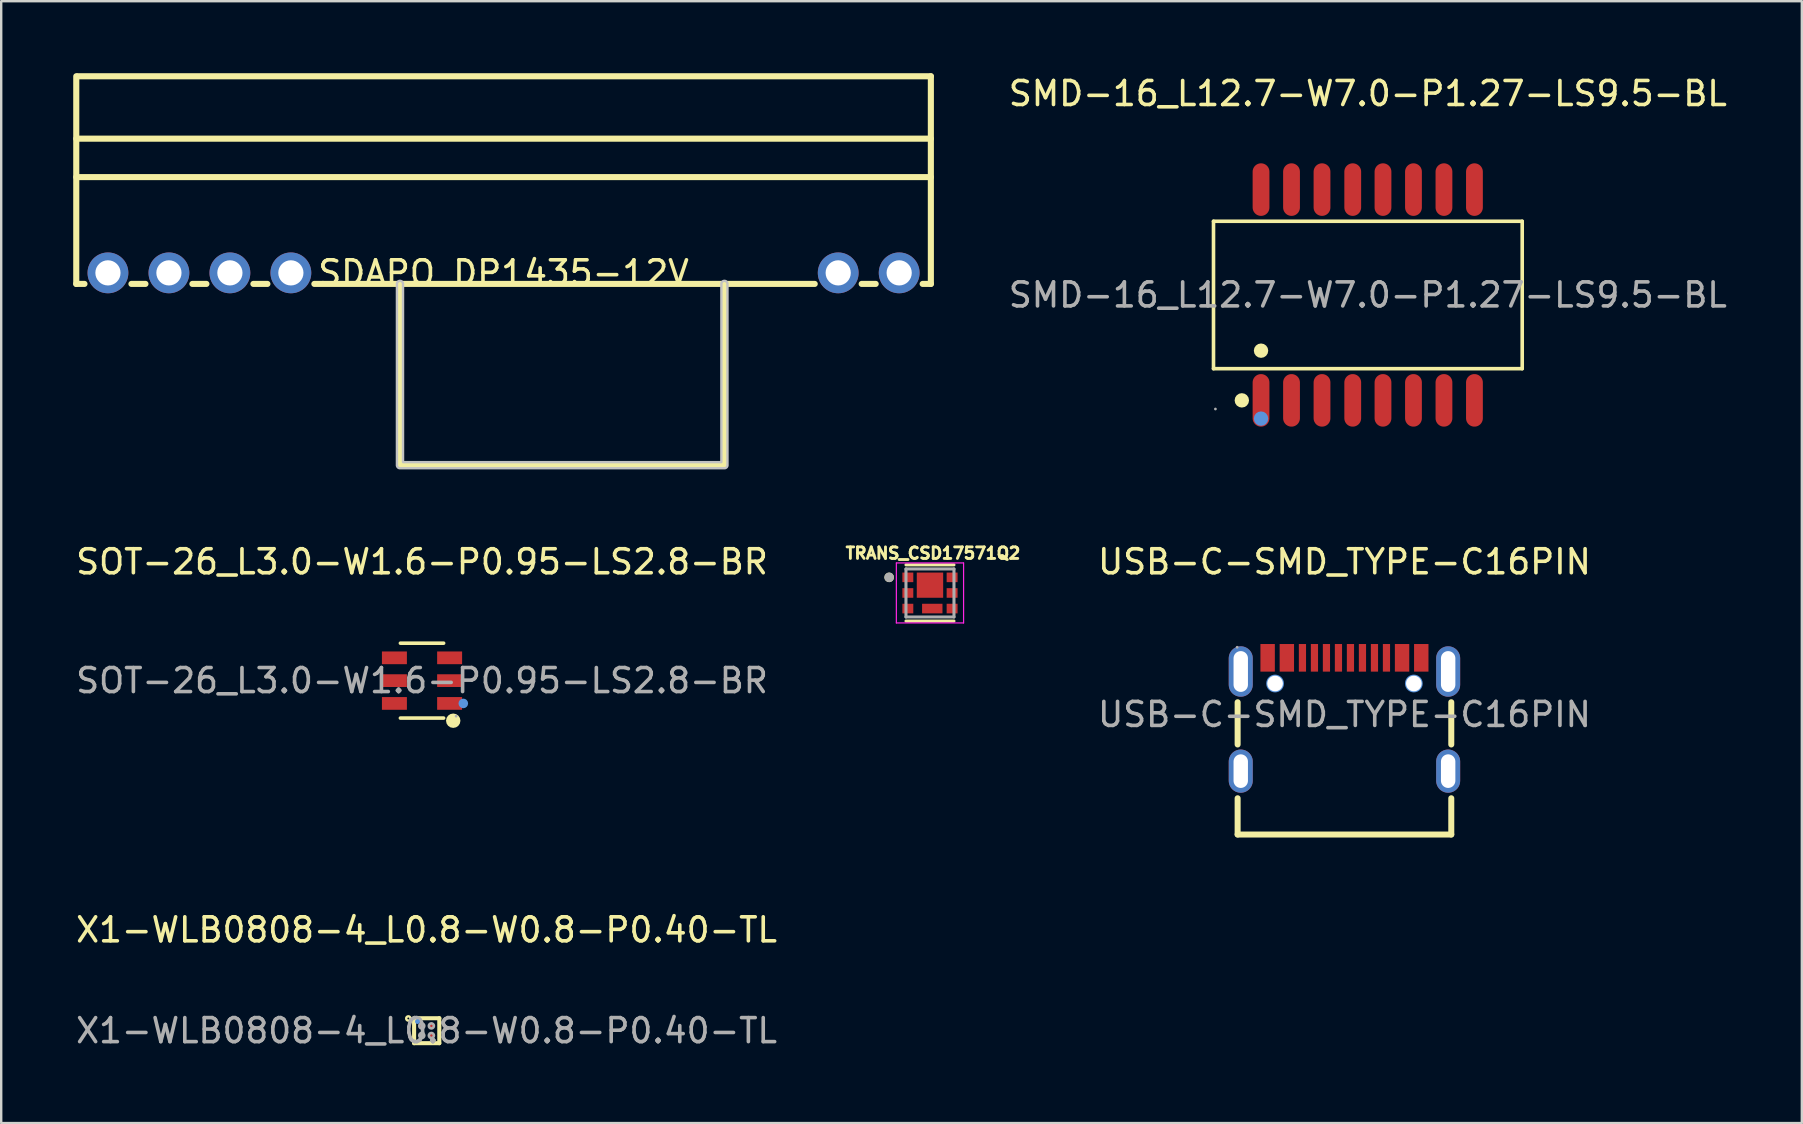
<source format=kicad_pcb>
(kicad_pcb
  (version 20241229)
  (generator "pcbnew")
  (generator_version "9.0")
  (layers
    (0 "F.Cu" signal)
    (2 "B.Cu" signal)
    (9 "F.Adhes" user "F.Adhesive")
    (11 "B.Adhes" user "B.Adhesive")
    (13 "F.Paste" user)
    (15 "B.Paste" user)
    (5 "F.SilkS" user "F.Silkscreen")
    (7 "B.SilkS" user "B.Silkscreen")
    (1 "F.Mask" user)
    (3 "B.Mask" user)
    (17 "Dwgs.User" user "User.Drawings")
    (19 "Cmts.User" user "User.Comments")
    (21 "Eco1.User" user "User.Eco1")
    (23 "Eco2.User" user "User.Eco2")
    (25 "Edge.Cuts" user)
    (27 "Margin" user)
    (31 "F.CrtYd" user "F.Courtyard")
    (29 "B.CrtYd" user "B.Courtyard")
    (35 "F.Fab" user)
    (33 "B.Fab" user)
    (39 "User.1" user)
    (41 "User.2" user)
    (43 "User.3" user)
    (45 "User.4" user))
  (footprint "SDAPO DP1435-12V"
    (layer "F.Cu")
    (at 17.927 8.317)
    (property "Reference" "SDAPO DP1435-12V" (at 0 0 0) (unlocked yes) (layer "F.SilkS") (effects (font (size 1 1) (thickness 0.15))))
    (fp_line (start -17.8 -8.19) (end -17.8 0.46) (stroke (width 0.254) (type default)) (layer "F.SilkS"))
    (fp_line (start -17.8 -5.59) (end 17.8 -5.59) (stroke (width 0.254) (type default)) (layer "F.SilkS"))
    (fp_line (start -17.8 -3.99) (end 17.8 -3.99) (stroke (width 0.254) (type default)) (layer "F.SilkS"))
    (fp_line (start -17.8 0.46) (end -17.458 0.46) (stroke (width 0.254) (type default)) (layer "F.SilkS"))
    (fp_line (start -15.502 0.46) (end -14.918 0.46) (stroke (width 0.254) (type default)) (layer "F.SilkS"))
    (fp_line (start -12.962 0.46) (end -12.378 0.46) (stroke (width 0.254) (type default)) (layer "F.SilkS"))
    (fp_line (start -10.422 0.46) (end -9.838 0.46) (stroke (width 0.254) (type default)) (layer "F.SilkS"))
    (fp_line (start -7.882 0.46) (end 12.962 0.46) (stroke (width 0.254) (type default)) (layer "F.SilkS"))
    (fp_line (start -4.314 0.46) (end -4.314 8.011) (stroke (width 0.254) (type default)) (layer "F.SilkS"))
    (fp_line (start -4.314 8.011) (end 9.201 8.011) (stroke (width 0.254) (type default)) (layer "F.SilkS"))
    (fp_line (start 9.201 4.037) (end 9.201 0.46) (stroke (width 0.254) (type default)) (layer "F.SilkS"))
    (fp_line (start 9.201 8.011) (end 9.201 4.037) (stroke (width 0.254) (type default)) (layer "F.SilkS"))
    (fp_line (start 14.918 0.46) (end 15.502 0.46) (stroke (width 0.254) (type default)) (layer "F.SilkS"))
    (fp_line (start 17.458 0.46) (end 17.8 0.46) (stroke (width 0.254) (type default)) (layer "F.SilkS"))
    (fp_line (start 17.8 -8.19) (end -17.75 -8.19) (stroke (width 0.254) (type default)) (layer "F.SilkS"))
    (fp_line (start 17.8 0.46) (end 17.8 -8.19) (stroke (width 0.254) (type default)) (layer "F.SilkS"))
    (fp_poly (pts (arc (start -4.442 0.4595) (mid -4.315 0.3325) (end -4.188 0.4595)) (xy -4.188 7.884) (xy 9.073 7.884) (xy 9.073 4.036) (arc (start 9.0735 0.4595) (mid 9.2005 0.3325) (end 9.3275 0.4595)) (xy 9.328 4.036) (arc (start 9.3275 8.011) (mid 9.290303 8.100803) (end 9.2005 8.138)) (arc (start -4.315 8.138) (mid -4.404803 8.100803) (end -4.442 8.011))) (stroke (width 0.1) (type default)) (fill no) (layer "Dwgs.User"))
    (fp_poly (pts (xy -16.8 -0.32) (xy -16.16 -0.32) (xy -16.16 0.32) (xy -16.8 0.32)) (stroke (width 0.1) (type default)) (fill no) (layer "User.1"))
    (fp_poly (pts (xy -14.26 -0.32) (xy -13.62 -0.32) (xy -13.62 0.32) (xy -14.26 0.32)) (stroke (width 0.1) (type default)) (fill no) (layer "User.1"))
    (fp_poly (pts (xy -11.72 -0.32) (xy -11.08 -0.32) (xy -11.08 0.32) (xy -11.72 0.32)) (stroke (width 0.1) (type default)) (fill no) (layer "User.1"))
    (fp_poly (pts (xy -9.18 -0.32) (xy -8.54 -0.32) (xy -8.54 0.32) (xy -9.18 0.32)) (stroke (width 0.1) (type default)) (fill no) (layer "User.1"))
    (fp_poly (pts (xy 13.62 -0.32) (xy 14.26 -0.32) (xy 14.26 0.32) (xy 13.62 0.32)) (stroke (width 0.1) (type default)) (fill no) (layer "User.1"))
    (fp_poly (pts (xy 16.16 -0.32) (xy 16.8 -0.32) (xy 16.8 0.32) (xy 16.16 0.32)) (stroke (width 0.1) (type default)) (fill no) (layer "User.1"))
    (fp_line (start -17.8 -8.19) (end 17.8 -8.19) (stroke (width 0.051) (type default)) (layer "User.2"))
    (fp_line (start -17.8 0.46) (end -17.8 -8.19) (stroke (width 0.051) (type default)) (layer "User.2"))
    (fp_line (start -4.31 0.46) (end -17.8 0.46) (stroke (width 0.051) (type default)) (layer "User.2"))
    (fp_line (start -4.31 8.01) (end -4.31 0.46) (stroke (width 0.051) (type default)) (layer "User.2"))
    (fp_line (start 9.2 0.46) (end 9.2 8.01) (stroke (width 0.051) (type default)) (layer "User.2"))
    (fp_line (start 9.2 8.01) (end -4.31 8.01) (stroke (width 0.051) (type default)) (layer "User.2"))
    (fp_line (start 17.8 -8.19) (end 17.8 0.46) (stroke (width 0.051) (type default)) (layer "User.2"))
    (fp_line (start 17.8 0.46) (end 9.2 0.46) (stroke (width 0.051) (type default)) (layer "User.2"))
    (fp_poly (pts (xy -17.74 8.01) (xy -17.758 7.968) (xy -17.8 7.95) (xy -17.842 7.968) (xy -17.86 8.01) (xy -17.842 8.052) (xy -17.8 8.07) (xy -17.758 8.052)) (stroke (width 0.1) (type default)) (fill no) (layer "User.3"))
    (pad "1" thru_hole circle (at -16.48 0) (size 1.7 1.7) (drill 1.05) (layers "*.Cu" "*.Mask"))
    (pad "2" thru_hole circle (at -13.94 0) (size 1.7 1.7) (drill 1.05) (layers "*.Cu" "*.Mask"))
    (pad "3" thru_hole circle (at -11.4 0) (size 1.7 1.7) (drill 1.05) (layers "*.Cu" "*.Mask"))
    (pad "4" thru_hole circle (at -8.86 0) (size 1.7 1.7) (drill 1.05) (layers "*.Cu" "*.Mask"))
    (pad "5" thru_hole circle (at 13.94 0) (size 1.7 1.7) (drill 1.05) (layers "*.Cu" "*.Mask"))
    (pad "6" thru_hole circle (at 16.48 0) (size 1.7 1.7) (drill 1.05) (layers "*.Cu" "*.Mask")))
  (footprint "X1-WLB0808-4_L0.8-W0.8-P0.40-TL"
    (layer "F.Cu")
    (at 14.72 39.886)
    (property "Reference" "X1-WLB0808-4_L0.8-W0.8-P0.40-TL" (at 0 -4.2 0) (layer "F.SilkS") (effects (font (size 1 1) (thickness 0.15))))
    (attr smd)
    (fp_line (start -0.52 -0.52) (end -0.52 0.52) (stroke (width 0.17) (type solid)) (layer "F.SilkS"))
    (fp_line (start -0.52 0.52) (end 0.53 0.52) (stroke (width 0.17) (type solid)) (layer "F.SilkS"))
    (fp_line (start 0.53 -0.52) (end -0.52 -0.52) (stroke (width 0.17) (type solid)) (layer "F.SilkS"))
    (fp_line (start 0.53 0.52) (end 0.53 -0.52) (stroke (width 0.17) (type solid)) (layer "F.SilkS"))
    (fp_circle (center -0.76 -0.51) (end -0.72 -0.51) (stroke (width 0.1) (type solid)) (fill no) (layer "F.SilkS"))
    (fp_circle (center -0.38 -0.38) (end -0.33 -0.38) (stroke (width 0.1) (type solid)) (fill no) (layer "Cmts.User"))
    (fp_circle (center -0.4 -0.4) (end -0.37 -0.4) (stroke (width 0.06) (type solid)) (fill no) (layer "F.Fab"))
    (fp_circle (center -0.2 -0.2) (end -0.15 -0.2) (stroke (width 0.11) (type solid)) (fill no) (layer "F.Fab"))
    (fp_circle (center -0.2 0.2) (end -0.15 0.2) (stroke (width 0.11) (type solid)) (fill no) (layer "F.Fab"))
    (fp_circle (center 0.2 -0.2) (end 0.25 -0.2) (stroke (width 0.11) (type solid)) (fill no) (layer "F.Fab"))
    (fp_circle (center 0.2 0.2) (end 0.25 0.2) (stroke (width 0.11) (type solid)) (fill no) (layer "F.Fab"))
    (fp_text user "${REFERENCE}" (at 0 0 0) (layer "F.Fab") (effects (font (size 1 1) (thickness 0.15))))
    (pad "A1" smd circle (at -0.2 -0.2) (size 0.18 0.18) (layers "F.Cu" "F.Mask" "F.Paste"))
    (pad "A2" smd circle (at 0.2 -0.2) (size 0.18 0.18) (layers "F.Cu" "F.Mask" "F.Paste"))
    (pad "B1" smd circle (at -0.2 0.2) (size 0.18 0.18) (layers "F.Cu" "F.Mask" "F.Paste"))
    (pad "B2" smd circle (at 0.2 0.2) (size 0.18 0.18) (layers "F.Cu" "F.Mask" "F.Paste")))
  (footprint "SMD-16_L12.7-W7.0-P1.27-LS9.5-BL"
    (layer "F.Cu")
    (at 53.931 9.238)
    (property "Reference" "SMD-16_L12.7-W7.0-P1.27-LS9.5-BL" (at 0 -8.39 0) (layer "F.SilkS") (effects (font (size 1 1) (thickness 0.15))))
    (attr smd)
    (fp_line (start -6.43 -3.07) (end 6.43 -3.07) (stroke (width 0.15) (type solid)) (layer "F.SilkS"))
    (fp_line (start -6.43 3.07) (end -6.43 -3.07) (stroke (width 0.15) (type solid)) (layer "F.SilkS"))
    (fp_line (start 6.43 -3.07) (end 6.43 3.07) (stroke (width 0.15) (type solid)) (layer "F.SilkS"))
    (fp_line (start 6.43 3.07) (end -6.43 3.07) (stroke (width 0.15) (type solid)) (layer "F.SilkS"))
    (fp_circle (center -5.25 4.39) (end -5.1 4.39) (stroke (width 0.3) (type solid)) (fill no) (layer "F.SilkS"))
    (fp_circle (center -4.45 2.32) (end -4.3 2.32) (stroke (width 0.3) (type solid)) (fill no) (layer "F.SilkS"))
    (fp_circle (center -4.45 5.15) (end -4.3 5.15) (stroke (width 0.3) (type solid)) (fill no) (layer "Cmts.User"))
    (fp_circle (center -6.35 4.75) (end -6.32 4.75) (stroke (width 0.06) (type solid)) (fill no) (layer "F.Fab"))
    (fp_text user "${REFERENCE}" (at 0 0 0) (layer "F.Fab") (effects (font (size 1 1) (thickness 0.15))))
    (pad "1" smd oval (at -4.45 4.39) (size 0.7 2.19) (layers "F.Cu" "F.Mask" "F.Paste"))
    (pad "2" smd oval (at -3.18 4.39) (size 0.7 2.19) (layers "F.Cu" "F.Mask" "F.Paste"))
    (pad "3" smd oval (at -1.91 4.39) (size 0.7 2.19) (layers "F.Cu" "F.Mask" "F.Paste"))
    (pad "4" smd oval (at -0.63 4.39) (size 0.7 2.19) (layers "F.Cu" "F.Mask" "F.Paste"))
    (pad "5" smd oval (at 0.63 4.39) (size 0.7 2.19) (layers "F.Cu" "F.Mask" "F.Paste"))
    (pad "6" smd oval (at 1.9 4.39) (size 0.7 2.19) (layers "F.Cu" "F.Mask" "F.Paste"))
    (pad "7" smd oval (at 3.17 4.39) (size 0.7 2.19) (layers "F.Cu" "F.Mask" "F.Paste"))
    (pad "8" smd oval (at 4.44 4.39) (size 0.7 2.19) (layers "F.Cu" "F.Mask" "F.Paste"))
    (pad "9" smd oval (at 4.44 -4.39) (size 0.7 2.19) (layers "F.Cu" "F.Mask" "F.Paste"))
    (pad "10" smd oval (at 3.17 -4.39) (size 0.7 2.19) (layers "F.Cu" "F.Mask" "F.Paste"))
    (pad "11" smd oval (at 1.9 -4.39) (size 0.7 2.19) (layers "F.Cu" "F.Mask" "F.Paste"))
    (pad "12" smd oval (at 0.63 -4.39) (size 0.7 2.19) (layers "F.Cu" "F.Mask" "F.Paste"))
    (pad "13" smd oval (at -0.63 -4.39) (size 0.7 2.19) (layers "F.Cu" "F.Mask" "F.Paste"))
    (pad "14" smd oval (at -1.91 -4.39) (size 0.7 2.19) (layers "F.Cu" "F.Mask" "F.Paste"))
    (pad "15" smd oval (at -3.18 -4.39) (size 0.7 2.19) (layers "F.Cu" "F.Mask" "F.Paste"))
    (pad "16" smd oval (at -4.45 -4.39) (size 0.7 2.19) (layers "F.Cu" "F.Mask" "F.Paste")))
  (footprint "SOT-26_L3.0-W1.6-P0.95-LS2.8-BR"
    (layer "F.Cu")
    (at 14.53 25.303)
    (property "Reference" "SOT-26_L3.0-W1.6-P0.95-LS2.8-BR" (at 0 -4.95 0) (layer "F.SilkS") (effects (font (size 1 1) (thickness 0.15))))
    (attr smd)
    (fp_line (start 0.9 -1.56) (end -0.9 -1.56) (stroke (width 0.15) (type solid)) (layer "F.SilkS"))
    (fp_line (start 0.9 1.56) (end -0.9 1.56) (stroke (width 0.15) (type solid)) (layer "F.SilkS"))
    (fp_circle (center 1.3 1.67) (end 1.45 1.67) (stroke (width 0.3) (type solid)) (fill no) (layer "F.SilkS"))
    (fp_circle (center 1.72 0.95) (end 1.82 0.95) (stroke (width 0.2) (type solid)) (fill no) (layer "Cmts.User"))
    (fp_circle (center 1.42 1.48) (end 1.45 1.48) (stroke (width 0.06) (type solid)) (fill no) (layer "F.Fab"))
    (fp_text user "${REFERENCE}" (at 0 0 0) (layer "F.Fab") (effects (font (size 1 1) (thickness 0.15))))
    (pad "1" smd rect (at 1.15 0.95 90) (size 0.53 1.04) (layers "F.Cu" "F.Mask" "F.Paste"))
    (pad "2" smd rect (at 1.15 0 90) (size 0.53 1.04) (layers "F.Cu" "F.Mask" "F.Paste"))
    (pad "3" smd rect (at 1.15 -0.95 90) (size 0.53 1.04) (layers "F.Cu" "F.Mask" "F.Paste"))
    (pad "4" smd rect (at -1.15 -0.95 90) (size 0.53 1.04) (layers "F.Cu" "F.Mask" "F.Paste"))
    (pad "5" smd rect (at -1.15 0 90) (size 0.53 1.04) (layers "F.Cu" "F.Mask" "F.Paste"))
    (pad "6" smd rect (at -1.15 0.95 90) (size 0.53 1.04) (layers "F.Cu" "F.Mask" "F.Paste")))
  (footprint "USB-C-SMD_TYPE-C16PIN"
    (layer "F.Cu")
    (at 52.956 26.713)
    (property "Reference" "USB-C-SMD_TYPE-C16PIN" (at 0 -6.36 0) (layer "F.SilkS") (effects (font (size 1 1) (thickness 0.15))))
    (attr smd)
    (fp_line (start -4.45 -0.51) (end -4.45 1.25) (stroke (width 0.25) (type solid)) (layer "F.SilkS"))
    (fp_line (start -4.45 3.49) (end -4.45 5) (stroke (width 0.25) (type solid)) (layer "F.SilkS"))
    (fp_line (start -4.45 5) (end 4.45 5) (stroke (width 0.25) (type solid)) (layer "F.SilkS"))
    (fp_line (start 4.45 1.25) (end 4.45 -0.51) (stroke (width 0.25) (type solid)) (layer "F.SilkS"))
    (fp_line (start 4.45 5) (end 4.45 3.49) (stroke (width 0.25) (type solid)) (layer "F.SilkS"))
    (fp_circle (center -2.89 -1.29) (end -2.77 -1.29) (stroke (width 0.25) (type solid)) (fill no) (layer "Cmts.User"))
    (fp_circle (center 2.89 -1.29) (end 3.01 -1.29) (stroke (width 0.25) (type solid)) (fill no) (layer "Cmts.User"))
    (fp_circle (center -4.47 -2.8) (end -4.44 -2.8) (stroke (width 0.06) (type solid)) (fill no) (layer "F.Fab"))
    (fp_text user "${REFERENCE}" (at 0 0 0) (layer "F.Fab") (effects (font (size 1 1) (thickness 0.15))))
    (pad "" thru_hole circle (at -2.89 -1.29) (size 0.65 0.65) (drill 0.65) (layers "*.Cu" "*.Mask"))
    (pad "" thru_hole circle (at 2.89 -1.29) (size 0.65 0.65) (drill 0.65) (layers "*.Cu" "*.Mask"))
    (pad "1" thru_hole oval (at -4.32 -1.79) (size 1 2.1) (drill oval 0.6 1.7) (layers "*.Cu" "*.Mask"))
    (pad "2" thru_hole oval (at 4.32 -1.79) (size 1 2.1) (drill oval 0.6 1.7) (layers "*.Cu" "*.Mask"))
    (pad "3" thru_hole oval (at -4.32 2.36) (size 1 1.8) (drill oval 0.6 1.4) (layers "*.Cu" "*.Mask"))
    (pad "4" thru_hole oval (at 4.32 2.36) (size 1 1.8) (drill oval 0.6 1.4) (layers "*.Cu" "*.Mask"))
    (pad "A1B12" smd rect (at -3.2 -2.36) (size 0.6 1.15) (layers "F.Cu" "F.Mask" "F.Paste"))
    (pad "A4B9" smd rect (at -2.4 -2.36) (size 0.6 1.15) (layers "F.Cu" "F.Mask" "F.Paste"))
    (pad "A5" smd rect (at -1.25 -2.36) (size 0.3 1.15) (layers "F.Cu" "F.Mask" "F.Paste"))
    (pad "A6" smd rect (at -0.25 -2.36) (size 0.3 1.15) (layers "F.Cu" "F.Mask" "F.Paste"))
    (pad "A7" smd rect (at 0.25 -2.36) (size 0.3 1.15) (layers "F.Cu" "F.Mask" "F.Paste"))
    (pad "A8" smd rect (at -1.75 -2.36) (size 0.3 1.15) (layers "F.Cu" "F.Mask" "F.Paste"))
    (pad "B1A12" smd rect (at 3.2 -2.36) (size 0.6 1.15) (layers "F.Cu" "F.Mask" "F.Paste"))
    (pad "B4A9" smd rect (at 2.4 -2.36) (size 0.6 1.15) (layers "F.Cu" "F.Mask" "F.Paste"))
    (pad "B5" smd rect (at 1.75 -2.36) (size 0.3 1.15) (layers "F.Cu" "F.Mask" "F.Paste"))
    (pad "B6" smd rect (at 0.75 -2.36) (size 0.3 1.15) (layers "F.Cu" "F.Mask" "F.Paste"))
    (pad "B7" smd rect (at -0.75 -2.36) (size 0.3 1.15) (layers "F.Cu" "F.Mask" "F.Paste"))
    (pad "B8" smd rect (at 1.25 -2.36) (size 0.3 1.15) (layers "F.Cu" "F.Mask" "F.Paste")))
  (footprint "TRANS_CSD17571Q2"
    (layer "F.Cu")
    (at 35.69 21.651)
    (property "Reference" "TRANS_CSD17571Q2" (at 0.124 -1.655 0) (layer "F.SilkS") (effects (font (size 0.48 0.48) (thickness 0.15))))
    (attr smd)
    (fp_poly (pts (xy -1.2 -0.9) (xy -0.645 -0.9) (xy -0.645 -0.4) (xy -1.2 -0.4)) (stroke (width 0.01) (type solid)) (fill yes) (layer "F.Mask"))
    (fp_poly (pts (xy -1.2 -0.25) (xy -0.645 -0.25) (xy -0.645 0.25) (xy -1.2 0.25)) (stroke (width 0.01) (type solid)) (fill yes) (layer "F.Mask"))
    (fp_poly (pts (xy -1.2 0.4) (xy -0.645 0.4) (xy -0.645 0.9) (xy -1.2 0.9)) (stroke (width 0.01) (type solid)) (fill yes) (layer "F.Mask"))
    (fp_poly (pts (xy -0.6 -0.9) (xy 0.6 -0.9) (xy 0.6 0.25) (xy -0.6 0.25)) (stroke (width 0.01) (type solid)) (fill yes) (layer "F.Mask"))
    (fp_poly (pts (xy -0.379 0.4) (xy 0.571 0.4) (xy 0.571 0.9) (xy -0.379 0.9)) (stroke (width 0.01) (type solid)) (fill yes) (layer "F.Mask"))
    (fp_poly (pts (xy 0.645 -0.9) (xy 1.2 -0.9) (xy 1.2 -0.4) (xy 0.645 -0.4)) (stroke (width 0.01) (type solid)) (fill yes) (layer "F.Mask"))
    (fp_poly (pts (xy 0.645 -0.25) (xy 1.2 -0.25) (xy 1.2 0.25) (xy 0.645 0.25)) (stroke (width 0.01) (type solid)) (fill yes) (layer "F.Mask"))
    (fp_poly (pts (xy 0.645 0.4) (xy 1.2 0.4) (xy 1.2 0.9) (xy 0.645 0.9)) (stroke (width 0.01) (type solid)) (fill yes) (layer "F.Mask"))
    (fp_line (start -1 -1.17) (end 1 -1.17) (stroke (width 0.127) (type solid)) (layer "F.SilkS"))
    (fp_line (start -1 1.17) (end 1 1.17) (stroke (width 0.127) (type solid)) (layer "F.SilkS"))
    (fp_circle (center -1.7 -0.65) (end -1.6 -0.65) (stroke (width 0.2) (type solid)) (fill no) (layer "F.SilkS"))
    (fp_poly (pts (xy -1.09 -0.8) (xy -0.75 -0.8) (xy -0.75 -0.5) (xy -1.09 -0.5)) (stroke (width 0.01) (type solid)) (fill yes) (layer "F.Paste"))
    (fp_poly (pts (xy -1.09 -0.15) (xy -0.75 -0.15) (xy -0.75 0.15) (xy -1.09 0.15)) (stroke (width 0.01) (type solid)) (fill yes) (layer "F.Paste"))
    (fp_poly (pts (xy -1.09 0.5) (xy -0.75 0.5) (xy -0.75 0.8) (xy -1.09 0.8)) (stroke (width 0.01) (type solid)) (fill yes) (layer "F.Paste"))
    (fp_poly (pts (xy -0.5 -0.8) (xy 0.5 -0.8) (xy 0.5 0.15) (xy -0.5 0.15)) (stroke (width 0.01) (type solid)) (fill yes) (layer "F.Paste"))
    (fp_poly (pts (xy -0.279 0.5) (xy 0.471 0.5) (xy 0.471 0.8) (xy -0.279 0.8)) (stroke (width 0.01) (type solid)) (fill yes) (layer "F.Paste"))
    (fp_poly (pts (xy 0.75 -0.8) (xy 1.09 -0.8) (xy 1.09 -0.5) (xy 0.75 -0.5)) (stroke (width 0.01) (type solid)) (fill yes) (layer "F.Paste"))
    (fp_poly (pts (xy 0.75 -0.15) (xy 1.09 -0.15) (xy 1.09 0.15) (xy 0.75 0.15)) (stroke (width 0.01) (type solid)) (fill yes) (layer "F.Paste"))
    (fp_poly (pts (xy 0.75 0.5) (xy 1.09 0.5) (xy 1.09 0.8) (xy 0.75 0.8)) (stroke (width 0.01) (type solid)) (fill yes) (layer "F.Paste"))
    (fp_line (start -1.4 -1.25) (end -1.4 1.25) (stroke (width 0.05) (type solid)) (layer "F.CrtYd"))
    (fp_line (start -1.4 1.25) (end 1.4 1.25) (stroke (width 0.05) (type solid)) (layer "F.CrtYd"))
    (fp_line (start 1.4 -1.25) (end -1.4 -1.25) (stroke (width 0.05) (type solid)) (layer "F.CrtYd"))
    (fp_line (start 1.4 1.25) (end 1.4 -1.25) (stroke (width 0.05) (type solid)) (layer "F.CrtYd"))
    (fp_line (start -1 -1) (end 1 -1) (stroke (width 0.127) (type solid)) (layer "F.Fab"))
    (fp_line (start -1 1) (end -1 -1) (stroke (width 0.127) (type solid)) (layer "F.Fab"))
    (fp_line (start 1 -1) (end 1 1) (stroke (width 0.127) (type solid)) (layer "F.Fab"))
    (fp_line (start 1 1) (end -1 1) (stroke (width 0.127) (type solid)) (layer "F.Fab"))
    (fp_circle (center -1.7 -0.65) (end -1.6 -0.65) (stroke (width 0.2) (type solid)) (fill no) (layer "F.Fab"))
    (pad "1" smd rect (at -0.922 -0.65) (size 0.455 0.4) (layers "F.Cu"))
    (pad "2" smd rect (at -0.922 0) (size 0.455 0.4) (layers "F.Cu"))
    (pad "3" smd rect (at -0.922 0.65) (size 0.455 0.4) (layers "F.Cu"))
    (pad "4" smd rect (at 0.922 0.65 180) (size 0.455 0.4) (layers "F.Cu"))
    (pad "5" smd rect (at 0.922 0 180) (size 0.455 0.4) (layers "F.Cu"))
    (pad "6" smd rect (at 0.922 -0.65 180) (size 0.455 0.4) (layers "F.Cu"))
    (pad "7" smd rect (at 0 -0.325) (size 1.1 1.05) (layers "F.Cu"))
    (pad "8" smd rect (at 0.096 0.65) (size 0.85 0.4) (layers "F.Cu")))
  (gr_rect
    (start -3 -3)
    (end 72.009 43.735)
    (stroke (width 0.1) (type default))
    (fill no)
    (layer "Edge.Cuts")))
</source>
